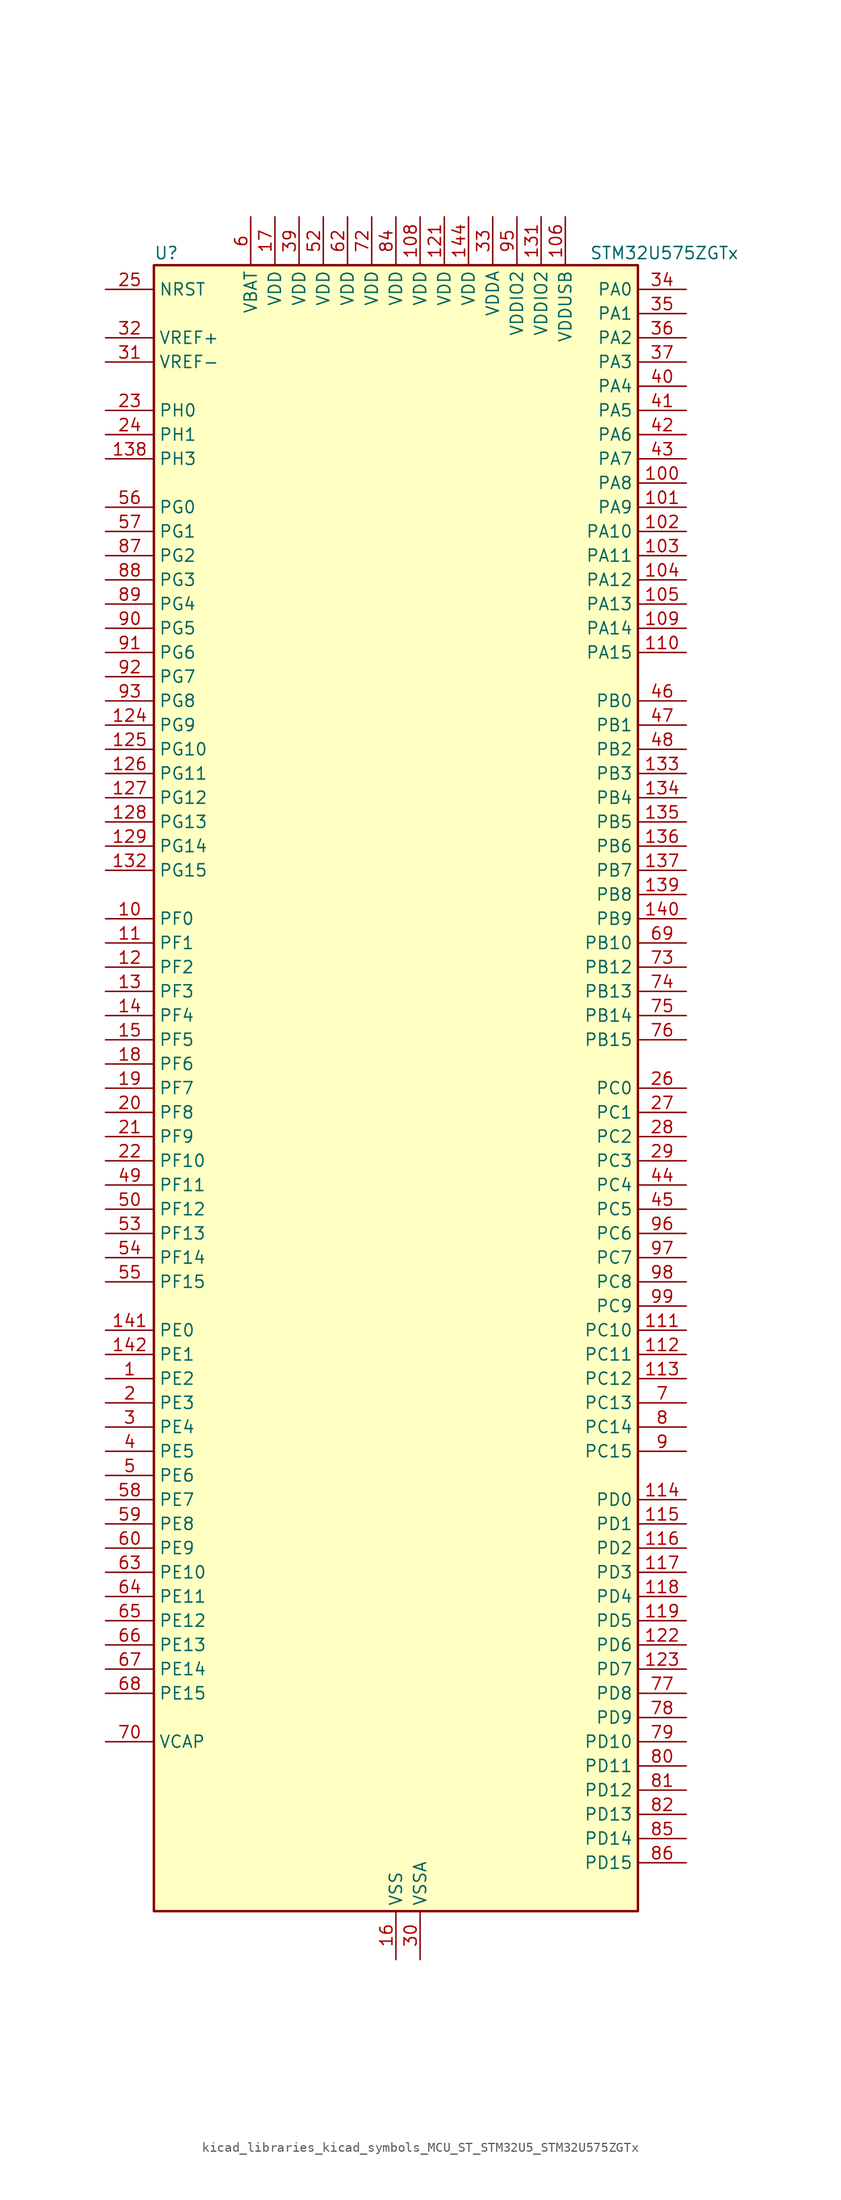
<source format=kicad_sym>
(kicad_symbol_lib
  (version 20220914)
  (generator kicad_symbol_editor)
  (symbol "kicad_libraries_kicad_symbols_MCU_ST_STM32U5_STM32U575ZGTx"
    (property "Reference" "U"
      (at -25.4 87.63 0)
      (effects (font (size 1.27 1.27)) (justify left)))
    (property "Value" "STM32U575ZGTx"
      (at 20.32 87.63 0)
      (effects (font (size 1.27 1.27)) (justify left)))
    (property "ki_locked" ""
      (at 0 0 0)
      (effects (font (size 1.27 1.27))))
    (symbol "kicad_libraries_kicad_symbols_MCU_ST_STM32U5_STM32U575ZGTx_0_1"
      (rectangle (start -25.4 -86.36) (end 25.4 86.36) (stroke (width 0.254) (type default)) (fill (type background))))
    (symbol "kicad_libraries_kicad_symbols_MCU_ST_STM32U5_STM32U575ZGTx_1_1"
      (pin bidirectional line (at -30.48 -30.48 0) (length 5.08) (name "PE2" (effects (font (size 1.27 1.27)))) (number "1" (effects (font (size 1.27 1.27)))) (alternate "DEBUG_TRACECLK" bidirectional line) (alternate "FMC_A23" bidirectional line) (alternate "SAI1_CK1" bidirectional line) (alternate "SAI1_MCLK_A" bidirectional line) (alternate "TIM3_ETR" bidirectional line) (alternate "TSC_G7_IO1" bidirectional line))
      (pin bidirectional line (at -30.48 17.78 0) (length 5.08) (name "PF0" (effects (font (size 1.27 1.27)))) (number "10" (effects (font (size 1.27 1.27)))) (alternate "FMC_A0" bidirectional line) (alternate "I2C2_SDA" bidirectional line) (alternate "OCTOSPIM_P2_IO0" bidirectional line))
      (pin bidirectional line (at 30.48 63.5 180) (length 5.08) (name "PA8" (effects (font (size 1.27 1.27)))) (number "100" (effects (font (size 1.27 1.27)))) (alternate "DEBUG_TRACECLK" bidirectional line) (alternate "LPTIM2_CH1" bidirectional line) (alternate "RCC_MCO" bidirectional line) (alternate "SAI1_CK2" bidirectional line) (alternate "SAI1_SCK_A" bidirectional line) (alternate "SPI1_RDY" bidirectional line) (alternate "TIM1_CH1" bidirectional line) (alternate "USART1_CK" bidirectional line) (alternate "USB_OTG_FS_SOF" bidirectional line))
      (pin bidirectional line (at 30.48 60.96 180) (length 5.08) (name "PA9" (effects (font (size 1.27 1.27)))) (number "101" (effects (font (size 1.27 1.27)))) (alternate "DAC1_EXTI9" bidirectional line) (alternate "DCMI_D0" bidirectional line) (alternate "PSSI_D0" bidirectional line) (alternate "SAI1_FS_A" bidirectional line) (alternate "SPI2_SCK" bidirectional line) (alternate "TIM15_BKIN" bidirectional line) (alternate "TIM1_CH2" bidirectional line) (alternate "USART1_TX" bidirectional line) (alternate "USB_OTG_FS_VBUS" bidirectional line))
      (pin bidirectional line (at 30.48 58.42 180) (length 5.08) (name "PA10" (effects (font (size 1.27 1.27)))) (number "102" (effects (font (size 1.27 1.27)))) (alternate "CRS_SYNC" bidirectional line) (alternate "DCMI_D1" bidirectional line) (alternate "LPTIM2_IN2" bidirectional line) (alternate "PSSI_D1" bidirectional line) (alternate "SAI1_D1" bidirectional line) (alternate "SAI1_SD_A" bidirectional line) (alternate "TIM17_BKIN" bidirectional line) (alternate "TIM1_CH3" bidirectional line) (alternate "USART1_RX" bidirectional line) (alternate "USB_OTG_FS_ID" bidirectional line))
      (pin bidirectional line (at 30.48 55.88 180) (length 5.08) (name "PA11" (effects (font (size 1.27 1.27)))) (number "103" (effects (font (size 1.27 1.27)))) (alternate "ADC1_EXTI11" bidirectional line) (alternate "FDCAN1_RX" bidirectional line) (alternate "SPI1_MISO" bidirectional line) (alternate "TIM1_BKIN2" bidirectional line) (alternate "TIM1_CH4" bidirectional line) (alternate "USART1_CTS" bidirectional line) (alternate "USB_OTG_FS_DM" bidirectional line))
      (pin bidirectional line (at 30.48 53.34 180) (length 5.08) (name "PA12" (effects (font (size 1.27 1.27)))) (number "104" (effects (font (size 1.27 1.27)))) (alternate "FDCAN1_TX" bidirectional line) (alternate "OCTOSPIM_P2_NCS" bidirectional line) (alternate "SPI1_MOSI" bidirectional line) (alternate "TIM1_ETR" bidirectional line) (alternate "USART1_DE" bidirectional line) (alternate "USART1_RTS" bidirectional line) (alternate "USB_OTG_FS_DP" bidirectional line))
      (pin bidirectional line (at 30.48 50.8 180) (length 5.08) (name "PA13" (effects (font (size 1.27 1.27)))) (number "105" (effects (font (size 1.27 1.27)))) (alternate "DEBUG_JTMS-SWDIO" bidirectional line) (alternate "IR_OUT" bidirectional line) (alternate "SAI1_SD_B" bidirectional line) (alternate "USB_OTG_FS_NOE" bidirectional line))
      (pin power_in line (at 17.78 91.44 270) (length 5.08) (name "VDDUSB" (effects (font (size 1.27 1.27)))) (number "106" (effects (font (size 1.27 1.27)))))
      (pin passive line (at 0 -91.44 90) (length 5.08) hide (name "VSS" (effects (font (size 1.27 1.27)))) (number "107" (effects (font (size 1.27 1.27)))))
      (pin power_in line (at 2.54 91.44 270) (length 5.08) (name "VDD" (effects (font (size 1.27 1.27)))) (number "108" (effects (font (size 1.27 1.27)))))
      (pin bidirectional line (at 30.48 48.26 180) (length 5.08) (name "PA14" (effects (font (size 1.27 1.27)))) (number "109" (effects (font (size 1.27 1.27)))) (alternate "DEBUG_JTCK-SWCLK" bidirectional line) (alternate "I2C1_SMBA" bidirectional line) (alternate "I2C4_SMBA" bidirectional line) (alternate "LPTIM1_CH1" bidirectional line) (alternate "SAI1_FS_B" bidirectional line) (alternate "USB_OTG_FS_SOF" bidirectional line))
      (pin bidirectional line (at -30.48 15.24 0) (length 5.08) (name "PF1" (effects (font (size 1.27 1.27)))) (number "11" (effects (font (size 1.27 1.27)))) (alternate "FMC_A1" bidirectional line) (alternate "I2C2_SCL" bidirectional line) (alternate "OCTOSPIM_P2_IO1" bidirectional line))
      (pin bidirectional line (at 30.48 45.72 180) (length 5.08) (name "PA15" (effects (font (size 1.27 1.27)))) (number "110" (effects (font (size 1.27 1.27)))) (alternate "ADC1_EXTI15" bidirectional line) (alternate "ADC4_EXTI15" bidirectional line) (alternate "DEBUG_JTDI" bidirectional line) (alternate "SAI2_FS_B" bidirectional line) (alternate "SPI1_NSS" bidirectional line) (alternate "SPI3_NSS" bidirectional line) (alternate "TIM2_CH1" bidirectional line) (alternate "TIM2_ETR" bidirectional line) (alternate "UART4_DE" bidirectional line) (alternate "UART4_RTS" bidirectional line) (alternate "UCPD1_CC1" bidirectional line) (alternate "USART2_RX" bidirectional line) (alternate "USART3_DE" bidirectional line) (alternate "USART3_RTS" bidirectional line))
      (pin bidirectional line (at 30.48 -25.4 180) (length 5.08) (name "PC10" (effects (font (size 1.27 1.27)))) (number "111" (effects (font (size 1.27 1.27)))) (alternate "ADF1_CCK1" bidirectional line) (alternate "DCMI_D8" bidirectional line) (alternate "DEBUG_TRACED1" bidirectional line) (alternate "LPTIM3_ETR" bidirectional line) (alternate "PSSI_D8" bidirectional line) (alternate "SAI2_SCK_B" bidirectional line) (alternate "SDMMC1_D2" bidirectional line) (alternate "SPI3_SCK" bidirectional line) (alternate "TSC_G3_IO2" bidirectional line) (alternate "UART4_TX" bidirectional line) (alternate "USART3_TX" bidirectional line))
      (pin bidirectional line (at 30.48 -27.94 180) (length 5.08) (name "PC11" (effects (font (size 1.27 1.27)))) (number "112" (effects (font (size 1.27 1.27)))) (alternate "ADC1_EXTI11" bidirectional line) (alternate "ADF1_SDI0" bidirectional line) (alternate "DCMI_D2" bidirectional line) (alternate "DCMI_D4" bidirectional line) (alternate "LPTIM3_IN1" bidirectional line) (alternate "OCTOSPIM_P1_NCS" bidirectional line) (alternate "PSSI_D2" bidirectional line) (alternate "PSSI_D4" bidirectional line) (alternate "SAI2_MCLK_B" bidirectional line) (alternate "SDMMC1_D3" bidirectional line) (alternate "SPI3_MISO" bidirectional line) (alternate "TSC_G3_IO3" bidirectional line) (alternate "UART4_RX" bidirectional line) (alternate "UCPD1_FRSTX2" bidirectional line) (alternate "USART3_RX" bidirectional line))
      (pin bidirectional line (at 30.48 -30.48 180) (length 5.08) (name "PC12" (effects (font (size 1.27 1.27)))) (number "113" (effects (font (size 1.27 1.27)))) (alternate "DCMI_D9" bidirectional line) (alternate "DEBUG_TRACED3" bidirectional line) (alternate "PSSI_D9" bidirectional line) (alternate "SAI2_SD_B" bidirectional line) (alternate "SDMMC1_CK" bidirectional line) (alternate "SPI3_MOSI" bidirectional line) (alternate "TSC_G3_IO4" bidirectional line) (alternate "UART5_TX" bidirectional line) (alternate "USART3_CK" bidirectional line))
      (pin bidirectional line (at 30.48 -43.18 180) (length 5.08) (name "PD0" (effects (font (size 1.27 1.27)))) (number "114" (effects (font (size 1.27 1.27)))) (alternate "FDCAN1_RX" bidirectional line) (alternate "FMC_D2" bidirectional line) (alternate "FMC_DA2" bidirectional line) (alternate "SPI2_NSS" bidirectional line) (alternate "TIM8_CH4N" bidirectional line))
      (pin bidirectional line (at 30.48 -45.72 180) (length 5.08) (name "PD1" (effects (font (size 1.27 1.27)))) (number "115" (effects (font (size 1.27 1.27)))) (alternate "FDCAN1_TX" bidirectional line) (alternate "FMC_D3" bidirectional line) (alternate "FMC_DA3" bidirectional line) (alternate "SPI2_SCK" bidirectional line))
      (pin bidirectional line (at 30.48 -48.26 180) (length 5.08) (name "PD2" (effects (font (size 1.27 1.27)))) (number "116" (effects (font (size 1.27 1.27)))) (alternate "DCMI_D11" bidirectional line) (alternate "DEBUG_TRACED2" bidirectional line) (alternate "LPTIM4_ETR" bidirectional line) (alternate "PSSI_D11" bidirectional line) (alternate "SDMMC1_CMD" bidirectional line) (alternate "TIM3_ETR" bidirectional line) (alternate "TSC_SYNC" bidirectional line) (alternate "UART5_RX" bidirectional line) (alternate "USART3_DE" bidirectional line) (alternate "USART3_RTS" bidirectional line))
      (pin bidirectional line (at 30.48 -50.8 180) (length 5.08) (name "PD3" (effects (font (size 1.27 1.27)))) (number "117" (effects (font (size 1.27 1.27)))) (alternate "DCMI_D5" bidirectional line) (alternate "FMC_CLK" bidirectional line) (alternate "MDF1_SDI0" bidirectional line) (alternate "OCTOSPIM_P2_NCS" bidirectional line) (alternate "PSSI_D5" bidirectional line) (alternate "SPI2_MISO" bidirectional line) (alternate "SPI2_SCK" bidirectional line) (alternate "USART2_CTS" bidirectional line))
      (pin bidirectional line (at 30.48 -53.34 180) (length 5.08) (name "PD4" (effects (font (size 1.27 1.27)))) (number "118" (effects (font (size 1.27 1.27)))) (alternate "FMC_NOE" bidirectional line) (alternate "MDF1_CKI0" bidirectional line) (alternate "OCTOSPIM_P1_IO4" bidirectional line) (alternate "SPI2_MOSI" bidirectional line) (alternate "USART2_DE" bidirectional line) (alternate "USART2_RTS" bidirectional line))
      (pin bidirectional line (at 30.48 -55.88 180) (length 5.08) (name "PD5" (effects (font (size 1.27 1.27)))) (number "119" (effects (font (size 1.27 1.27)))) (alternate "FMC_NWE" bidirectional line) (alternate "OCTOSPIM_P1_IO5" bidirectional line) (alternate "SPI2_RDY" bidirectional line) (alternate "USART2_TX" bidirectional line))
      (pin bidirectional line (at -30.48 12.7 0) (length 5.08) (name "PF2" (effects (font (size 1.27 1.27)))) (number "12" (effects (font (size 1.27 1.27)))) (alternate "FMC_A2" bidirectional line) (alternate "I2C2_SMBA" bidirectional line) (alternate "LPTIM3_CH2" bidirectional line) (alternate "OCTOSPIM_P2_IO2" bidirectional line) (alternate "PWR_WKUP8" bidirectional line))
      (pin passive line (at 0 -91.44 90) (length 5.08) hide (name "VSS" (effects (font (size 1.27 1.27)))) (number "120" (effects (font (size 1.27 1.27)))))
      (pin power_in line (at 5.08 91.44 270) (length 5.08) (name "VDD" (effects (font (size 1.27 1.27)))) (number "121" (effects (font (size 1.27 1.27)))))
      (pin bidirectional line (at 30.48 -58.42 180) (length 5.08) (name "PD6" (effects (font (size 1.27 1.27)))) (number "122" (effects (font (size 1.27 1.27)))) (alternate "DCMI_D10" bidirectional line) (alternate "FMC_NWAIT" bidirectional line) (alternate "MDF1_SDI1" bidirectional line) (alternate "OCTOSPIM_P1_IO6" bidirectional line) (alternate "PSSI_D10" bidirectional line) (alternate "SAI1_D1" bidirectional line) (alternate "SAI1_SD_A" bidirectional line) (alternate "SDMMC2_CK" bidirectional line) (alternate "SPI3_MOSI" bidirectional line) (alternate "USART2_RX" bidirectional line))
      (pin bidirectional line (at 30.48 -60.96 180) (length 5.08) (name "PD7" (effects (font (size 1.27 1.27)))) (number "123" (effects (font (size 1.27 1.27)))) (alternate "FMC_NCE" bidirectional line) (alternate "FMC_NE1" bidirectional line) (alternate "LPTIM4_OUT" bidirectional line) (alternate "MDF1_CKI1" bidirectional line) (alternate "OCTOSPIM_P1_IO7" bidirectional line) (alternate "SDMMC2_CMD" bidirectional line) (alternate "USART2_CK" bidirectional line))
      (pin bidirectional line (at -30.48 38.1 0) (length 5.08) (name "PG9" (effects (font (size 1.27 1.27)))) (number "124" (effects (font (size 1.27 1.27)))) (alternate "DAC1_EXTI9" bidirectional line) (alternate "FMC_NCE" bidirectional line) (alternate "FMC_NE2" bidirectional line) (alternate "OCTOSPIM_P2_IO6" bidirectional line) (alternate "SAI2_SCK_A" bidirectional line) (alternate "SPI3_SCK" bidirectional line) (alternate "TIM15_CH1N" bidirectional line) (alternate "USART1_TX" bidirectional line))
      (pin bidirectional line (at -30.48 35.56 0) (length 5.08) (name "PG10" (effects (font (size 1.27 1.27)))) (number "125" (effects (font (size 1.27 1.27)))) (alternate "FMC_NE3" bidirectional line) (alternate "LPTIM1_IN1" bidirectional line) (alternate "OCTOSPIM_P2_IO7" bidirectional line) (alternate "SAI2_FS_A" bidirectional line) (alternate "SPI3_MISO" bidirectional line) (alternate "TIM15_CH1" bidirectional line) (alternate "USART1_RX" bidirectional line))
      (pin bidirectional line (at -30.48 33.02 0) (length 5.08) (name "PG11" (effects (font (size 1.27 1.27)))) (number "126" (effects (font (size 1.27 1.27)))) (alternate "ADC1_EXTI11" bidirectional line) (alternate "LPTIM1_IN2" bidirectional line) (alternate "OCTOSPIM_P1_IO5" bidirectional line) (alternate "SAI2_MCLK_A" bidirectional line) (alternate "SPI3_MOSI" bidirectional line) (alternate "TIM15_CH2" bidirectional line) (alternate "USART1_CTS" bidirectional line))
      (pin bidirectional line (at -30.48 30.48 0) (length 5.08) (name "PG12" (effects (font (size 1.27 1.27)))) (number "127" (effects (font (size 1.27 1.27)))) (alternate "FMC_NE4" bidirectional line) (alternate "LPTIM1_ETR" bidirectional line) (alternate "OCTOSPIM_P2_NCS" bidirectional line) (alternate "SAI2_SD_A" bidirectional line) (alternate "SPI3_NSS" bidirectional line) (alternate "USART1_DE" bidirectional line) (alternate "USART1_RTS" bidirectional line))
      (pin bidirectional line (at -30.48 27.94 0) (length 5.08) (name "PG13" (effects (font (size 1.27 1.27)))) (number "128" (effects (font (size 1.27 1.27)))) (alternate "FMC_A24" bidirectional line) (alternate "I2C1_SDA" bidirectional line) (alternate "SPI3_RDY" bidirectional line) (alternate "USART1_CK" bidirectional line))
      (pin bidirectional line (at -30.48 25.4 0) (length 5.08) (name "PG14" (effects (font (size 1.27 1.27)))) (number "129" (effects (font (size 1.27 1.27)))) (alternate "FMC_A25" bidirectional line) (alternate "I2C1_SCL" bidirectional line) (alternate "LPTIM1_CH2" bidirectional line))
      (pin bidirectional line (at -30.48 10.16 0) (length 5.08) (name "PF3" (effects (font (size 1.27 1.27)))) (number "13" (effects (font (size 1.27 1.27)))) (alternate "FMC_A3" bidirectional line) (alternate "LPTIM3_IN1" bidirectional line) (alternate "OCTOSPIM_P2_IO3" bidirectional line))
      (pin passive line (at 0 -91.44 90) (length 5.08) hide (name "VSS" (effects (font (size 1.27 1.27)))) (number "130" (effects (font (size 1.27 1.27)))))
      (pin power_in line (at 15.24 91.44 270) (length 5.08) (name "VDDIO2" (effects (font (size 1.27 1.27)))) (number "131" (effects (font (size 1.27 1.27)))))
      (pin bidirectional line (at -30.48 22.86 0) (length 5.08) (name "PG15" (effects (font (size 1.27 1.27)))) (number "132" (effects (font (size 1.27 1.27)))) (alternate "ADC1_EXTI15" bidirectional line) (alternate "ADC4_EXTI15" bidirectional line) (alternate "DCMI_D13" bidirectional line) (alternate "I2C1_SMBA" bidirectional line) (alternate "LPTIM1_CH1" bidirectional line) (alternate "OCTOSPIM_P2_DQS" bidirectional line) (alternate "PSSI_D13" bidirectional line))
      (pin bidirectional line (at 30.48 33.02 180) (length 5.08) (name "PB3" (effects (font (size 1.27 1.27)))) (number "133" (effects (font (size 1.27 1.27)))) (alternate "ADF1_CCK0" bidirectional line) (alternate "COMP2_INM" bidirectional line) (alternate "CRS_SYNC" bidirectional line) (alternate "DEBUG_JTDO-SWO" bidirectional line) (alternate "I2C1_SDA" bidirectional line) (alternate "LPTIM1_CH1" bidirectional line) (alternate "SAI1_SCK_B" bidirectional line) (alternate "SDMMC2_D2" bidirectional line) (alternate "SPI1_SCK" bidirectional line) (alternate "SPI3_SCK" bidirectional line) (alternate "TIM2_CH2" bidirectional line) (alternate "USART1_DE" bidirectional line) (alternate "USART1_RTS" bidirectional line))
      (pin bidirectional line (at 30.48 30.48 180) (length 5.08) (name "PB4" (effects (font (size 1.27 1.27)))) (number "134" (effects (font (size 1.27 1.27)))) (alternate "ADF1_SDI0" bidirectional line) (alternate "COMP2_INP" bidirectional line) (alternate "DCMI_D12" bidirectional line) (alternate "DEBUG_JTRST" bidirectional line) (alternate "I2C3_SDA" bidirectional line) (alternate "LPTIM1_CH2" bidirectional line) (alternate "PSSI_D12" bidirectional line) (alternate "SAI1_MCLK_B" bidirectional line) (alternate "SDMMC2_D3" bidirectional line) (alternate "SPI1_MISO" bidirectional line) (alternate "SPI3_MISO" bidirectional line) (alternate "TIM17_BKIN" bidirectional line) (alternate "TIM3_CH1" bidirectional line) (alternate "TSC_G2_IO1" bidirectional line) (alternate "UART5_DE" bidirectional line) (alternate "UART5_RTS" bidirectional line) (alternate "USART1_CTS" bidirectional line))
      (pin bidirectional line (at 30.48 27.94 180) (length 5.08) (name "PB5" (effects (font (size 1.27 1.27)))) (number "135" (effects (font (size 1.27 1.27)))) (alternate "COMP2_OUT" bidirectional line) (alternate "DCMI_D10" bidirectional line) (alternate "I2C1_SMBA" bidirectional line) (alternate "LPTIM1_IN1" bidirectional line) (alternate "OCTOSPIM_P1_NCLK" bidirectional line) (alternate "PSSI_D10" bidirectional line) (alternate "PWR_WKUP6" bidirectional line) (alternate "SAI1_SD_B" bidirectional line) (alternate "SPI1_MOSI" bidirectional line) (alternate "SPI3_MOSI" bidirectional line) (alternate "TIM16_BKIN" bidirectional line) (alternate "TIM3_CH2" bidirectional line) (alternate "TSC_G2_IO2" bidirectional line) (alternate "UART5_CTS" bidirectional line) (alternate "UCPD1_DBCC1" bidirectional line) (alternate "USART1_CK" bidirectional line))
      (pin bidirectional line (at 30.48 25.4 180) (length 5.08) (name "PB6" (effects (font (size 1.27 1.27)))) (number "136" (effects (font (size 1.27 1.27)))) (alternate "COMP2_INP" bidirectional line) (alternate "DCMI_D5" bidirectional line) (alternate "I2C1_SCL" bidirectional line) (alternate "I2C4_SCL" bidirectional line) (alternate "LPTIM1_ETR" bidirectional line) (alternate "MDF1_SDI5" bidirectional line) (alternate "PSSI_D5" bidirectional line) (alternate "PWR_WKUP3" bidirectional line) (alternate "SAI1_FS_B" bidirectional line) (alternate "TIM16_CH1N" bidirectional line) (alternate "TIM4_CH1" bidirectional line) (alternate "TIM8_BKIN2" bidirectional line) (alternate "TSC_G2_IO3" bidirectional line) (alternate "USART1_TX" bidirectional line))
      (pin bidirectional line (at 30.48 22.86 180) (length 5.08) (name "PB7" (effects (font (size 1.27 1.27)))) (number "137" (effects (font (size 1.27 1.27)))) (alternate "COMP2_INM" bidirectional line) (alternate "DCMI_VSYNC" bidirectional line) (alternate "FMC_NL" bidirectional line) (alternate "I2C1_SDA" bidirectional line) (alternate "I2C4_SDA" bidirectional line) (alternate "LPTIM1_IN2" bidirectional line) (alternate "MDF1_CKI5" bidirectional line) (alternate "PSSI_RDY" bidirectional line) (alternate "PWR_PVD_IN" bidirectional line) (alternate "PWR_WKUP4" bidirectional line) (alternate "TIM17_CH1N" bidirectional line) (alternate "TIM4_CH2" bidirectional line) (alternate "TIM8_BKIN" bidirectional line) (alternate "TSC_G2_IO4" bidirectional line) (alternate "UART4_CTS" bidirectional line) (alternate "USART1_RX" bidirectional line))
      (pin bidirectional line (at -30.48 66.04 0) (length 5.08) (name "PH3" (effects (font (size 1.27 1.27)))) (number "138" (effects (font (size 1.27 1.27)))))
      (pin bidirectional line (at 30.48 20.32 180) (length 5.08) (name "PB8" (effects (font (size 1.27 1.27)))) (number "139" (effects (font (size 1.27 1.27)))) (alternate "DCMI_D6" bidirectional line) (alternate "FDCAN1_RX" bidirectional line) (alternate "I2C1_SCL" bidirectional line) (alternate "MDF1_CCK0" bidirectional line) (alternate "PSSI_D6" bidirectional line) (alternate "PWR_WKUP5" bidirectional line) (alternate "SAI1_CK1" bidirectional line) (alternate "SAI1_MCLK_A" bidirectional line) (alternate "SDMMC1_CKIN" bidirectional line) (alternate "SDMMC1_D4" bidirectional line) (alternate "SDMMC2_D4" bidirectional line) (alternate "SPI3_RDY" bidirectional line) (alternate "TIM16_CH1" bidirectional line) (alternate "TIM4_CH3" bidirectional line))
      (pin bidirectional line (at -30.48 7.62 0) (length 5.08) (name "PF4" (effects (font (size 1.27 1.27)))) (number "14" (effects (font (size 1.27 1.27)))) (alternate "FMC_A4" bidirectional line) (alternate "LPTIM3_ETR" bidirectional line) (alternate "OCTOSPIM_P2_CLK" bidirectional line))
      (pin bidirectional line (at 30.48 17.78 180) (length 5.08) (name "PB9" (effects (font (size 1.27 1.27)))) (number "140" (effects (font (size 1.27 1.27)))) (alternate "DAC1_EXTI9" bidirectional line) (alternate "DCMI_D7" bidirectional line) (alternate "FDCAN1_TX" bidirectional line) (alternate "I2C1_SDA" bidirectional line) (alternate "IR_OUT" bidirectional line) (alternate "PSSI_D7" bidirectional line) (alternate "SAI1_D2" bidirectional line) (alternate "SAI1_FS_A" bidirectional line) (alternate "SDMMC1_CDIR" bidirectional line) (alternate "SDMMC1_D5" bidirectional line) (alternate "SDMMC2_D5" bidirectional line) (alternate "SPI2_NSS" bidirectional line) (alternate "TIM17_CH1" bidirectional line) (alternate "TIM4_CH4" bidirectional line))
      (pin bidirectional line (at -30.48 -25.4 0) (length 5.08) (name "PE0" (effects (font (size 1.27 1.27)))) (number "141" (effects (font (size 1.27 1.27)))) (alternate "DCMI_D2" bidirectional line) (alternate "FMC_NBL0" bidirectional line) (alternate "PSSI_D2" bidirectional line) (alternate "TIM16_CH1" bidirectional line) (alternate "TIM4_ETR" bidirectional line))
      (pin bidirectional line (at -30.48 -27.94 0) (length 5.08) (name "PE1" (effects (font (size 1.27 1.27)))) (number "142" (effects (font (size 1.27 1.27)))) (alternate "DCMI_D3" bidirectional line) (alternate "FMC_NBL1" bidirectional line) (alternate "PSSI_D3" bidirectional line) (alternate "TIM17_CH1" bidirectional line))
      (pin passive line (at 0 -91.44 90) (length 5.08) hide (name "VSS" (effects (font (size 1.27 1.27)))) (number "143" (effects (font (size 1.27 1.27)))))
      (pin power_in line (at 7.62 91.44 270) (length 5.08) (name "VDD" (effects (font (size 1.27 1.27)))) (number "144" (effects (font (size 1.27 1.27)))))
      (pin bidirectional line (at -30.48 5.08 0) (length 5.08) (name "PF5" (effects (font (size 1.27 1.27)))) (number "15" (effects (font (size 1.27 1.27)))) (alternate "FMC_A5" bidirectional line) (alternate "LPTIM3_CH1" bidirectional line) (alternate "OCTOSPIM_P2_NCLK" bidirectional line))
      (pin power_in line (at 0 -91.44 90) (length 5.08) (name "VSS" (effects (font (size 1.27 1.27)))) (number "16" (effects (font (size 1.27 1.27)))))
      (pin power_in line (at -12.7 91.44 270) (length 5.08) (name "VDD" (effects (font (size 1.27 1.27)))) (number "17" (effects (font (size 1.27 1.27)))))
      (pin bidirectional line (at -30.48 2.54 0) (length 5.08) (name "PF6" (effects (font (size 1.27 1.27)))) (number "18" (effects (font (size 1.27 1.27)))) (alternate "DCMI_D12" bidirectional line) (alternate "OCTOSPIM_P1_IO3" bidirectional line) (alternate "OCTOSPIM_P2_NCS" bidirectional line) (alternate "PSSI_D12" bidirectional line) (alternate "SAI1_SD_B" bidirectional line) (alternate "TIM5_CH1" bidirectional line) (alternate "TIM5_ETR" bidirectional line))
      (pin bidirectional line (at -30.48 0 0) (length 5.08) (name "PF7" (effects (font (size 1.27 1.27)))) (number "19" (effects (font (size 1.27 1.27)))) (alternate "FDCAN1_RX" bidirectional line) (alternate "OCTOSPIM_P1_IO2" bidirectional line) (alternate "SAI1_MCLK_B" bidirectional line) (alternate "TIM5_CH2" bidirectional line))
      (pin bidirectional line (at -30.48 -33.02 0) (length 5.08) (name "PE3" (effects (font (size 1.27 1.27)))) (number "2" (effects (font (size 1.27 1.27)))) (alternate "DEBUG_TRACED0" bidirectional line) (alternate "FMC_A19" bidirectional line) (alternate "OCTOSPIM_P1_DQS" bidirectional line) (alternate "SAI1_SD_B" bidirectional line) (alternate "TAMP_IN6" bidirectional line) (alternate "TAMP_OUT3" bidirectional line) (alternate "TIM3_CH1" bidirectional line) (alternate "TSC_G7_IO2" bidirectional line))
      (pin bidirectional line (at -30.48 -2.54 0) (length 5.08) (name "PF8" (effects (font (size 1.27 1.27)))) (number "20" (effects (font (size 1.27 1.27)))) (alternate "FDCAN1_TX" bidirectional line) (alternate "OCTOSPIM_P1_IO0" bidirectional line) (alternate "PSSI_D14" bidirectional line) (alternate "SAI1_SCK_B" bidirectional line) (alternate "TIM5_CH3" bidirectional line))
      (pin bidirectional line (at -30.48 -5.08 0) (length 5.08) (name "PF9" (effects (font (size 1.27 1.27)))) (number "21" (effects (font (size 1.27 1.27)))) (alternate "DAC1_EXTI9" bidirectional line) (alternate "OCTOSPIM_P1_IO1" bidirectional line) (alternate "PSSI_D15" bidirectional line) (alternate "SAI1_FS_B" bidirectional line) (alternate "TIM15_CH1" bidirectional line) (alternate "TIM5_CH4" bidirectional line))
      (pin bidirectional line (at -30.48 -7.62 0) (length 5.08) (name "PF10" (effects (font (size 1.27 1.27)))) (number "22" (effects (font (size 1.27 1.27)))) (alternate "DCMI_D11" bidirectional line) (alternate "MDF1_CCK1" bidirectional line) (alternate "OCTOSPIM_P1_CLK" bidirectional line) (alternate "PSSI_D11" bidirectional line) (alternate "PSSI_D15" bidirectional line) (alternate "SAI1_D3" bidirectional line) (alternate "TIM15_CH2" bidirectional line))
      (pin bidirectional line (at -30.48 71.12 0) (length 5.08) (name "PH0" (effects (font (size 1.27 1.27)))) (number "23" (effects (font (size 1.27 1.27)))) (alternate "RCC_OSC_IN" bidirectional line))
      (pin bidirectional line (at -30.48 68.58 0) (length 5.08) (name "PH1" (effects (font (size 1.27 1.27)))) (number "24" (effects (font (size 1.27 1.27)))) (alternate "RCC_OSC_OUT" bidirectional line))
      (pin input line (at -30.48 83.82 0) (length 5.08) (name "NRST" (effects (font (size 1.27 1.27)))) (number "25" (effects (font (size 1.27 1.27)))))
      (pin bidirectional line (at 30.48 0 180) (length 5.08) (name "PC0" (effects (font (size 1.27 1.27)))) (number "26" (effects (font (size 1.27 1.27)))) (alternate "ADC1_IN1" bidirectional line) (alternate "ADC4_IN1" bidirectional line) (alternate "I2C3_SCL" bidirectional line) (alternate "LPTIM1_IN1" bidirectional line) (alternate "LPTIM2_IN1" bidirectional line) (alternate "LPUART1_RX" bidirectional line) (alternate "MDF1_SDI4" bidirectional line) (alternate "OCTOSPIM_P1_IO7" bidirectional line) (alternate "SAI2_FS_A" bidirectional line) (alternate "SDMMC1_D5" bidirectional line) (alternate "SPI2_RDY" bidirectional line))
      (pin bidirectional line (at 30.48 -2.54 180) (length 5.08) (name "PC1" (effects (font (size 1.27 1.27)))) (number "27" (effects (font (size 1.27 1.27)))) (alternate "ADC1_IN2" bidirectional line) (alternate "ADC4_IN2" bidirectional line) (alternate "DEBUG_TRACED0" bidirectional line) (alternate "I2C3_SDA" bidirectional line) (alternate "LPTIM1_CH1" bidirectional line) (alternate "LPUART1_TX" bidirectional line) (alternate "MDF1_CKI4" bidirectional line) (alternate "OCTOSPIM_P1_IO4" bidirectional line) (alternate "SAI1_SD_A" bidirectional line) (alternate "SDMMC2_CK" bidirectional line) (alternate "SPI2_MOSI" bidirectional line))
      (pin bidirectional line (at 30.48 -5.08 180) (length 5.08) (name "PC2" (effects (font (size 1.27 1.27)))) (number "28" (effects (font (size 1.27 1.27)))) (alternate "ADC1_IN3" bidirectional line) (alternate "ADC4_IN3" bidirectional line) (alternate "LPTIM1_IN2" bidirectional line) (alternate "MDF1_CCK1" bidirectional line) (alternate "OCTOSPIM_P1_IO5" bidirectional line) (alternate "SPI2_MISO" bidirectional line))
      (pin bidirectional line (at 30.48 -7.62 180) (length 5.08) (name "PC3" (effects (font (size 1.27 1.27)))) (number "29" (effects (font (size 1.27 1.27)))) (alternate "ADC1_IN4" bidirectional line) (alternate "ADC4_IN4" bidirectional line) (alternate "LPTIM1_ETR" bidirectional line) (alternate "LPTIM2_ETR" bidirectional line) (alternate "LPTIM3_CH1" bidirectional line) (alternate "OCTOSPIM_P1_IO6" bidirectional line) (alternate "SAI1_D1" bidirectional line) (alternate "SAI1_SD_A" bidirectional line) (alternate "SPI2_MOSI" bidirectional line))
      (pin bidirectional line (at -30.48 -35.56 0) (length 5.08) (name "PE4" (effects (font (size 1.27 1.27)))) (number "3" (effects (font (size 1.27 1.27)))) (alternate "DCMI_D4" bidirectional line) (alternate "DEBUG_TRACED1" bidirectional line) (alternate "FMC_A20" bidirectional line) (alternate "MDF1_SDI3" bidirectional line) (alternate "PSSI_D4" bidirectional line) (alternate "PWR_WKUP1" bidirectional line) (alternate "SAI1_D2" bidirectional line) (alternate "SAI1_FS_A" bidirectional line) (alternate "TAMP_IN7" bidirectional line) (alternate "TAMP_OUT8" bidirectional line) (alternate "TIM3_CH2" bidirectional line) (alternate "TSC_G7_IO3" bidirectional line))
      (pin power_in line (at 2.54 -91.44 90) (length 5.08) (name "VSSA" (effects (font (size 1.27 1.27)))) (number "30" (effects (font (size 1.27 1.27)))))
      (pin input line (at -30.48 76.2 0) (length 5.08) (name "VREF-" (effects (font (size 1.27 1.27)))) (number "31" (effects (font (size 1.27 1.27)))))
      (pin input line (at -30.48 78.74 0) (length 5.08) (name "VREF+" (effects (font (size 1.27 1.27)))) (number "32" (effects (font (size 1.27 1.27)))) (alternate "VREFBUF_OUT" bidirectional line))
      (pin power_in line (at 10.16 91.44 270) (length 5.08) (name "VDDA" (effects (font (size 1.27 1.27)))) (number "33" (effects (font (size 1.27 1.27)))))
      (pin bidirectional line (at 30.48 83.82 180) (length 5.08) (name "PA0" (effects (font (size 1.27 1.27)))) (number "34" (effects (font (size 1.27 1.27)))) (alternate "ADC1_IN5" bidirectional line) (alternate "AUDIOCLK" bidirectional line) (alternate "OCTOSPIM_P2_NCS" bidirectional line) (alternate "OPAMP1_VINP" bidirectional line) (alternate "PWR_WKUP1" bidirectional line) (alternate "SDMMC2_CMD" bidirectional line) (alternate "SPI3_RDY" bidirectional line) (alternate "TAMP_IN2" bidirectional line) (alternate "TAMP_OUT1" bidirectional line) (alternate "TIM2_CH1" bidirectional line) (alternate "TIM2_ETR" bidirectional line) (alternate "TIM5_CH1" bidirectional line) (alternate "TIM8_ETR" bidirectional line) (alternate "UART4_TX" bidirectional line) (alternate "USART2_CTS" bidirectional line))
      (pin bidirectional line (at 30.48 81.28 180) (length 5.08) (name "PA1" (effects (font (size 1.27 1.27)))) (number "35" (effects (font (size 1.27 1.27)))) (alternate "ADC1_IN6" bidirectional line) (alternate "I2C1_SMBA" bidirectional line) (alternate "LPTIM1_CH2" bidirectional line) (alternate "OCTOSPIM_P1_DQS" bidirectional line) (alternate "OPAMP1_VINM" bidirectional line) (alternate "PWR_WKUP3" bidirectional line) (alternate "SPI1_SCK" bidirectional line) (alternate "TAMP_IN5" bidirectional line) (alternate "TAMP_OUT4" bidirectional line) (alternate "TIM15_CH1N" bidirectional line) (alternate "TIM2_CH2" bidirectional line) (alternate "TIM5_CH2" bidirectional line) (alternate "UART4_RX" bidirectional line) (alternate "USART2_DE" bidirectional line) (alternate "USART2_RTS" bidirectional line))
      (pin bidirectional line (at 30.48 78.74 180) (length 5.08) (name "PA2" (effects (font (size 1.27 1.27)))) (number "36" (effects (font (size 1.27 1.27)))) (alternate "ADC1_IN7" bidirectional line) (alternate "COMP1_INP" bidirectional line) (alternate "LPUART1_TX" bidirectional line) (alternate "OCTOSPIM_P1_NCS" bidirectional line) (alternate "PWR_WKUP4" bidirectional line) (alternate "RCC_LSCO" bidirectional line) (alternate "SPI1_RDY" bidirectional line) (alternate "TIM15_CH1" bidirectional line) (alternate "TIM2_CH3" bidirectional line) (alternate "TIM5_CH3" bidirectional line) (alternate "UCPD1_FRSTX1" bidirectional line) (alternate "USART2_TX" bidirectional line))
      (pin bidirectional line (at 30.48 76.2 180) (length 5.08) (name "PA3" (effects (font (size 1.27 1.27)))) (number "37" (effects (font (size 1.27 1.27)))) (alternate "ADC1_IN8" bidirectional line) (alternate "LPUART1_RX" bidirectional line) (alternate "OCTOSPIM_P1_CLK" bidirectional line) (alternate "OPAMP1_VOUT" bidirectional line) (alternate "PWR_WKUP5" bidirectional line) (alternate "SAI1_CK1" bidirectional line) (alternate "SAI1_MCLK_A" bidirectional line) (alternate "TIM15_CH2" bidirectional line) (alternate "TIM2_CH4" bidirectional line) (alternate "TIM5_CH4" bidirectional line) (alternate "USART2_RX" bidirectional line))
      (pin passive line (at 0 -91.44 90) (length 5.08) hide (name "VSS" (effects (font (size 1.27 1.27)))) (number "38" (effects (font (size 1.27 1.27)))))
      (pin power_in line (at -10.16 91.44 270) (length 5.08) (name "VDD" (effects (font (size 1.27 1.27)))) (number "39" (effects (font (size 1.27 1.27)))))
      (pin bidirectional line (at -30.48 -38.1 0) (length 5.08) (name "PE5" (effects (font (size 1.27 1.27)))) (number "4" (effects (font (size 1.27 1.27)))) (alternate "DCMI_D6" bidirectional line) (alternate "DEBUG_TRACED2" bidirectional line) (alternate "FMC_A21" bidirectional line) (alternate "MDF1_CKI3" bidirectional line) (alternate "PSSI_D6" bidirectional line) (alternate "PWR_WKUP2" bidirectional line) (alternate "SAI1_CK2" bidirectional line) (alternate "SAI1_SCK_A" bidirectional line) (alternate "TAMP_IN8" bidirectional line) (alternate "TAMP_OUT7" bidirectional line) (alternate "TIM3_CH3" bidirectional line) (alternate "TSC_G7_IO4" bidirectional line))
      (pin bidirectional line (at 30.48 73.66 180) (length 5.08) (name "PA4" (effects (font (size 1.27 1.27)))) (number "40" (effects (font (size 1.27 1.27)))) (alternate "ADC1_IN9" bidirectional line) (alternate "ADC4_IN9" bidirectional line) (alternate "DAC1_OUT1" bidirectional line) (alternate "DCMI_HSYNC" bidirectional line) (alternate "LPTIM2_CH1" bidirectional line) (alternate "OCTOSPIM_P1_NCS" bidirectional line) (alternate "PSSI_DE" bidirectional line) (alternate "PWR_WKUP2" bidirectional line) (alternate "SAI1_FS_B" bidirectional line) (alternate "SPI1_NSS" bidirectional line) (alternate "SPI3_NSS" bidirectional line) (alternate "USART2_CK" bidirectional line))
      (pin bidirectional line (at 30.48 71.12 180) (length 5.08) (name "PA5" (effects (font (size 1.27 1.27)))) (number "41" (effects (font (size 1.27 1.27)))) (alternate "ADC1_IN10" bidirectional line) (alternate "ADC4_IN10" bidirectional line) (alternate "DAC1_OUT2" bidirectional line) (alternate "LPTIM2_ETR" bidirectional line) (alternate "PSSI_D14" bidirectional line) (alternate "PWR_CSLEEP" bidirectional line) (alternate "PWR_WKUP6" bidirectional line) (alternate "SPI1_SCK" bidirectional line) (alternate "TIM2_CH1" bidirectional line) (alternate "TIM2_ETR" bidirectional line) (alternate "TIM8_CH1N" bidirectional line) (alternate "USART3_RX" bidirectional line))
      (pin bidirectional line (at 30.48 68.58 180) (length 5.08) (name "PA6" (effects (font (size 1.27 1.27)))) (number "42" (effects (font (size 1.27 1.27)))) (alternate "ADC1_IN11" bidirectional line) (alternate "ADC4_IN11" bidirectional line) (alternate "DCMI_PIXCLK" bidirectional line) (alternate "LPUART1_CTS" bidirectional line) (alternate "OCTOSPIM_P1_IO3" bidirectional line) (alternate "OPAMP2_VINP" bidirectional line) (alternate "PSSI_PDCK" bidirectional line) (alternate "PWR_CDSTOP" bidirectional line) (alternate "PWR_WKUP7" bidirectional line) (alternate "SPI1_MISO" bidirectional line) (alternate "TIM16_CH1" bidirectional line) (alternate "TIM1_BKIN" bidirectional line) (alternate "TIM3_CH1" bidirectional line) (alternate "TIM8_BKIN" bidirectional line) (alternate "USART3_CTS" bidirectional line))
      (pin bidirectional line (at 30.48 66.04 180) (length 5.08) (name "PA7" (effects (font (size 1.27 1.27)))) (number "43" (effects (font (size 1.27 1.27)))) (alternate "ADC1_IN12" bidirectional line) (alternate "ADC4_IN20" bidirectional line) (alternate "I2C3_SCL" bidirectional line) (alternate "LPTIM2_CH2" bidirectional line) (alternate "OCTOSPIM_P1_IO2" bidirectional line) (alternate "OPAMP2_VINM" bidirectional line) (alternate "PWR_SRDSTOP" bidirectional line) (alternate "PWR_WKUP8" bidirectional line) (alternate "SPI1_MOSI" bidirectional line) (alternate "TIM17_CH1" bidirectional line) (alternate "TIM1_CH1N" bidirectional line) (alternate "TIM3_CH2" bidirectional line) (alternate "TIM8_CH1N" bidirectional line) (alternate "USART3_TX" bidirectional line))
      (pin bidirectional line (at 30.48 -10.16 180) (length 5.08) (name "PC4" (effects (font (size 1.27 1.27)))) (number "44" (effects (font (size 1.27 1.27)))) (alternate "ADC1_IN13" bidirectional line) (alternate "ADC4_IN22" bidirectional line) (alternate "COMP1_INM" bidirectional line) (alternate "OCTOSPIM_P1_IO7" bidirectional line) (alternate "USART3_TX" bidirectional line))
      (pin bidirectional line (at 30.48 -12.7 180) (length 5.08) (name "PC5" (effects (font (size 1.27 1.27)))) (number "45" (effects (font (size 1.27 1.27)))) (alternate "ADC1_IN14" bidirectional line) (alternate "ADC4_IN23" bidirectional line) (alternate "COMP1_INP" bidirectional line) (alternate "PSSI_D15" bidirectional line) (alternate "PWR_WKUP5" bidirectional line) (alternate "SAI1_D3" bidirectional line) (alternate "TAMP_IN4" bidirectional line) (alternate "TAMP_OUT5" bidirectional line) (alternate "TIM1_CH4N" bidirectional line) (alternate "USART3_RX" bidirectional line))
      (pin bidirectional line (at 30.48 40.64 180) (length 5.08) (name "PB0" (effects (font (size 1.27 1.27)))) (number "46" (effects (font (size 1.27 1.27)))) (alternate "ADC1_IN15" bidirectional line) (alternate "ADC4_IN18" bidirectional line) (alternate "AUDIOCLK" bidirectional line) (alternate "COMP1_OUT" bidirectional line) (alternate "LPTIM3_CH1" bidirectional line) (alternate "OCTOSPIM_P1_IO1" bidirectional line) (alternate "OPAMP2_VOUT" bidirectional line) (alternate "SPI1_NSS" bidirectional line) (alternate "TIM1_CH2N" bidirectional line) (alternate "TIM3_CH3" bidirectional line) (alternate "TIM8_CH2N" bidirectional line) (alternate "USART3_CK" bidirectional line))
      (pin bidirectional line (at 30.48 38.1 180) (length 5.08) (name "PB1" (effects (font (size 1.27 1.27)))) (number "47" (effects (font (size 1.27 1.27)))) (alternate "ADC1_IN16" bidirectional line) (alternate "ADC4_IN19" bidirectional line) (alternate "COMP1_INM" bidirectional line) (alternate "LPTIM2_IN1" bidirectional line) (alternate "LPTIM3_CH2" bidirectional line) (alternate "LPUART1_DE" bidirectional line) (alternate "LPUART1_RTS" bidirectional line) (alternate "MDF1_SDI0" bidirectional line) (alternate "OCTOSPIM_P1_IO0" bidirectional line) (alternate "PWR_WKUP4" bidirectional line) (alternate "TIM1_CH3N" bidirectional line) (alternate "TIM3_CH4" bidirectional line) (alternate "TIM8_CH3N" bidirectional line) (alternate "USART3_DE" bidirectional line) (alternate "USART3_RTS" bidirectional line))
      (pin bidirectional line (at 30.48 35.56 180) (length 5.08) (name "PB2" (effects (font (size 1.27 1.27)))) (number "48" (effects (font (size 1.27 1.27)))) (alternate "ADC1_IN17" bidirectional line) (alternate "COMP1_INP" bidirectional line) (alternate "I2C3_SMBA" bidirectional line) (alternate "LPTIM1_CH1" bidirectional line) (alternate "MDF1_CKI0" bidirectional line) (alternate "OCTOSPIM_P1_DQS" bidirectional line) (alternate "PWR_WKUP1" bidirectional line) (alternate "RTC_OUT2" bidirectional line) (alternate "SPI1_RDY" bidirectional line) (alternate "TIM8_CH4N" bidirectional line) (alternate "UCPD1_FRSTX1" bidirectional line))
      (pin bidirectional line (at -30.48 -10.16 0) (length 5.08) (name "PF11" (effects (font (size 1.27 1.27)))) (number "49" (effects (font (size 1.27 1.27)))) (alternate "ADC1_EXTI11" bidirectional line) (alternate "DCMI_D12" bidirectional line) (alternate "LPTIM4_IN1" bidirectional line) (alternate "OCTOSPIM_P1_NCLK" bidirectional line) (alternate "PSSI_D12" bidirectional line))
      (pin bidirectional line (at -30.48 -40.64 0) (length 5.08) (name "PE6" (effects (font (size 1.27 1.27)))) (number "5" (effects (font (size 1.27 1.27)))) (alternate "DCMI_D7" bidirectional line) (alternate "DEBUG_TRACED3" bidirectional line) (alternate "FMC_A22" bidirectional line) (alternate "PSSI_D7" bidirectional line) (alternate "PWR_WKUP3" bidirectional line) (alternate "SAI1_D1" bidirectional line) (alternate "SAI1_SD_A" bidirectional line) (alternate "TAMP_IN3" bidirectional line) (alternate "TAMP_OUT6" bidirectional line) (alternate "TIM3_CH4" bidirectional line))
      (pin bidirectional line (at -30.48 -12.7 0) (length 5.08) (name "PF12" (effects (font (size 1.27 1.27)))) (number "50" (effects (font (size 1.27 1.27)))) (alternate "FMC_A6" bidirectional line) (alternate "LPTIM4_ETR" bidirectional line) (alternate "OCTOSPIM_P2_DQS" bidirectional line))
      (pin passive line (at 0 -91.44 90) (length 5.08) hide (name "VSS" (effects (font (size 1.27 1.27)))) (number "51" (effects (font (size 1.27 1.27)))))
      (pin power_in line (at -7.62 91.44 270) (length 5.08) (name "VDD" (effects (font (size 1.27 1.27)))) (number "52" (effects (font (size 1.27 1.27)))))
      (pin bidirectional line (at -30.48 -15.24 0) (length 5.08) (name "PF13" (effects (font (size 1.27 1.27)))) (number "53" (effects (font (size 1.27 1.27)))) (alternate "FMC_A7" bidirectional line) (alternate "I2C4_SMBA" bidirectional line) (alternate "LPTIM4_OUT" bidirectional line) (alternate "UCPD1_FRSTX2" bidirectional line))
      (pin bidirectional line (at -30.48 -17.78 0) (length 5.08) (name "PF14" (effects (font (size 1.27 1.27)))) (number "54" (effects (font (size 1.27 1.27)))) (alternate "ADC4_IN5" bidirectional line) (alternate "FMC_A8" bidirectional line) (alternate "I2C4_SCL" bidirectional line) (alternate "TSC_G8_IO1" bidirectional line))
      (pin bidirectional line (at -30.48 -20.32 0) (length 5.08) (name "PF15" (effects (font (size 1.27 1.27)))) (number "55" (effects (font (size 1.27 1.27)))) (alternate "ADC1_EXTI15" bidirectional line) (alternate "ADC4_EXTI15" bidirectional line) (alternate "ADC4_IN6" bidirectional line) (alternate "FMC_A9" bidirectional line) (alternate "I2C4_SDA" bidirectional line) (alternate "TSC_G8_IO2" bidirectional line))
      (pin bidirectional line (at -30.48 60.96 0) (length 5.08) (name "PG0" (effects (font (size 1.27 1.27)))) (number "56" (effects (font (size 1.27 1.27)))) (alternate "ADC4_IN7" bidirectional line) (alternate "FMC_A10" bidirectional line) (alternate "OCTOSPIM_P2_IO4" bidirectional line) (alternate "TSC_G8_IO3" bidirectional line))
      (pin bidirectional line (at -30.48 58.42 0) (length 5.08) (name "PG1" (effects (font (size 1.27 1.27)))) (number "57" (effects (font (size 1.27 1.27)))) (alternate "ADC4_IN8" bidirectional line) (alternate "FMC_A11" bidirectional line) (alternate "OCTOSPIM_P2_IO5" bidirectional line) (alternate "TSC_G8_IO4" bidirectional line))
      (pin bidirectional line (at -30.48 -43.18 0) (length 5.08) (name "PE7" (effects (font (size 1.27 1.27)))) (number "58" (effects (font (size 1.27 1.27)))) (alternate "FMC_D4" bidirectional line) (alternate "FMC_DA4" bidirectional line) (alternate "MDF1_SDI2" bidirectional line) (alternate "PWR_WKUP6" bidirectional line) (alternate "SAI1_SD_B" bidirectional line) (alternate "TIM1_ETR" bidirectional line))
      (pin bidirectional line (at -30.48 -45.72 0) (length 5.08) (name "PE8" (effects (font (size 1.27 1.27)))) (number "59" (effects (font (size 1.27 1.27)))) (alternate "FMC_D5" bidirectional line) (alternate "FMC_DA5" bidirectional line) (alternate "MDF1_CKI2" bidirectional line) (alternate "PWR_WKUP7" bidirectional line) (alternate "SAI1_SCK_B" bidirectional line) (alternate "TIM1_CH1N" bidirectional line))
      (pin power_in line (at -15.24 91.44 270) (length 5.08) (name "VBAT" (effects (font (size 1.27 1.27)))) (number "6" (effects (font (size 1.27 1.27)))))
      (pin bidirectional line (at -30.48 -48.26 0) (length 5.08) (name "PE9" (effects (font (size 1.27 1.27)))) (number "60" (effects (font (size 1.27 1.27)))) (alternate "ADF1_CCK0" bidirectional line) (alternate "DAC1_EXTI9" bidirectional line) (alternate "FMC_D6" bidirectional line) (alternate "FMC_DA6" bidirectional line) (alternate "MDF1_CCK0" bidirectional line) (alternate "OCTOSPIM_P1_NCLK" bidirectional line) (alternate "SAI1_FS_B" bidirectional line) (alternate "TIM1_CH1" bidirectional line))
      (pin passive line (at 0 -91.44 90) (length 5.08) hide (name "VSS" (effects (font (size 1.27 1.27)))) (number "61" (effects (font (size 1.27 1.27)))))
      (pin power_in line (at -5.08 91.44 270) (length 5.08) (name "VDD" (effects (font (size 1.27 1.27)))) (number "62" (effects (font (size 1.27 1.27)))))
      (pin bidirectional line (at -30.48 -50.8 0) (length 5.08) (name "PE10" (effects (font (size 1.27 1.27)))) (number "63" (effects (font (size 1.27 1.27)))) (alternate "ADF1_SDI0" bidirectional line) (alternate "FMC_D7" bidirectional line) (alternate "FMC_DA7" bidirectional line) (alternate "MDF1_SDI4" bidirectional line) (alternate "OCTOSPIM_P1_CLK" bidirectional line) (alternate "SAI1_MCLK_B" bidirectional line) (alternate "TIM1_CH2N" bidirectional line) (alternate "TSC_G5_IO1" bidirectional line))
      (pin bidirectional line (at -30.48 -53.34 0) (length 5.08) (name "PE11" (effects (font (size 1.27 1.27)))) (number "64" (effects (font (size 1.27 1.27)))) (alternate "ADC1_EXTI11" bidirectional line) (alternate "FMC_D8" bidirectional line) (alternate "FMC_DA8" bidirectional line) (alternate "MDF1_CKI4" bidirectional line) (alternate "OCTOSPIM_P1_NCS" bidirectional line) (alternate "SPI1_RDY" bidirectional line) (alternate "TIM1_CH2" bidirectional line) (alternate "TSC_G5_IO2" bidirectional line))
      (pin bidirectional line (at -30.48 -55.88 0) (length 5.08) (name "PE12" (effects (font (size 1.27 1.27)))) (number "65" (effects (font (size 1.27 1.27)))) (alternate "FMC_D9" bidirectional line) (alternate "FMC_DA9" bidirectional line) (alternate "MDF1_SDI5" bidirectional line) (alternate "OCTOSPIM_P1_IO0" bidirectional line) (alternate "SPI1_NSS" bidirectional line) (alternate "TIM1_CH3N" bidirectional line) (alternate "TSC_G5_IO3" bidirectional line))
      (pin bidirectional line (at -30.48 -58.42 0) (length 5.08) (name "PE13" (effects (font (size 1.27 1.27)))) (number "66" (effects (font (size 1.27 1.27)))) (alternate "FMC_D10" bidirectional line) (alternate "FMC_DA10" bidirectional line) (alternate "MDF1_CKI5" bidirectional line) (alternate "OCTOSPIM_P1_IO1" bidirectional line) (alternate "SPI1_SCK" bidirectional line) (alternate "TIM1_CH3" bidirectional line) (alternate "TSC_G5_IO4" bidirectional line))
      (pin bidirectional line (at -30.48 -60.96 0) (length 5.08) (name "PE14" (effects (font (size 1.27 1.27)))) (number "67" (effects (font (size 1.27 1.27)))) (alternate "FMC_D11" bidirectional line) (alternate "FMC_DA11" bidirectional line) (alternate "OCTOSPIM_P1_IO2" bidirectional line) (alternate "SPI1_MISO" bidirectional line) (alternate "TIM1_BKIN2" bidirectional line) (alternate "TIM1_CH4" bidirectional line))
      (pin bidirectional line (at -30.48 -63.5 0) (length 5.08) (name "PE15" (effects (font (size 1.27 1.27)))) (number "68" (effects (font (size 1.27 1.27)))) (alternate "ADC1_EXTI15" bidirectional line) (alternate "ADC4_EXTI15" bidirectional line) (alternate "FMC_D12" bidirectional line) (alternate "FMC_DA12" bidirectional line) (alternate "OCTOSPIM_P1_IO3" bidirectional line) (alternate "SPI1_MOSI" bidirectional line) (alternate "TIM1_BKIN" bidirectional line) (alternate "TIM1_CH4N" bidirectional line))
      (pin bidirectional line (at 30.48 15.24 180) (length 5.08) (name "PB10" (effects (font (size 1.27 1.27)))) (number "69" (effects (font (size 1.27 1.27)))) (alternate "COMP1_OUT" bidirectional line) (alternate "I2C2_SCL" bidirectional line) (alternate "I2C4_SCL" bidirectional line) (alternate "LPTIM3_CH1" bidirectional line) (alternate "LPUART1_RX" bidirectional line) (alternate "OCTOSPIM_P1_CLK" bidirectional line) (alternate "PWR_WKUP8" bidirectional line) (alternate "SAI1_SCK_A" bidirectional line) (alternate "SPI2_SCK" bidirectional line) (alternate "TIM2_CH3" bidirectional line) (alternate "TSC_SYNC" bidirectional line) (alternate "USART3_TX" bidirectional line))
      (pin bidirectional line (at 30.48 -33.02 180) (length 5.08) (name "PC13" (effects (font (size 1.27 1.27)))) (number "7" (effects (font (size 1.27 1.27)))) (alternate "PWR_WKUP2" bidirectional line) (alternate "RTC_OUT1" bidirectional line) (alternate "RTC_TS" bidirectional line) (alternate "TAMP_IN1" bidirectional line) (alternate "TAMP_OUT2" bidirectional line))
      (pin power_out line (at -30.48 -68.58 0) (length 5.08) (name "VCAP" (effects (font (size 1.27 1.27)))) (number "70" (effects (font (size 1.27 1.27)))))
      (pin passive line (at 0 -91.44 90) (length 5.08) hide (name "VSS" (effects (font (size 1.27 1.27)))) (number "71" (effects (font (size 1.27 1.27)))))
      (pin power_in line (at -2.54 91.44 270) (length 5.08) (name "VDD" (effects (font (size 1.27 1.27)))) (number "72" (effects (font (size 1.27 1.27)))))
      (pin bidirectional line (at 30.48 12.7 180) (length 5.08) (name "PB12" (effects (font (size 1.27 1.27)))) (number "73" (effects (font (size 1.27 1.27)))) (alternate "I2C2_SMBA" bidirectional line) (alternate "LPUART1_DE" bidirectional line) (alternate "LPUART1_RTS" bidirectional line) (alternate "MDF1_SDI1" bidirectional line) (alternate "OCTOSPIM_P1_NCLK" bidirectional line) (alternate "SAI2_FS_A" bidirectional line) (alternate "SPI2_NSS" bidirectional line) (alternate "TIM15_BKIN" bidirectional line) (alternate "TIM1_BKIN" bidirectional line) (alternate "TSC_G1_IO1" bidirectional line) (alternate "USART3_CK" bidirectional line))
      (pin bidirectional line (at 30.48 10.16 180) (length 5.08) (name "PB13" (effects (font (size 1.27 1.27)))) (number "74" (effects (font (size 1.27 1.27)))) (alternate "I2C2_SCL" bidirectional line) (alternate "LPTIM3_IN1" bidirectional line) (alternate "LPUART1_CTS" bidirectional line) (alternate "MDF1_CKI1" bidirectional line) (alternate "SAI2_SCK_A" bidirectional line) (alternate "SPI2_SCK" bidirectional line) (alternate "TIM15_CH1N" bidirectional line) (alternate "TIM1_CH1N" bidirectional line) (alternate "TSC_G1_IO2" bidirectional line) (alternate "USART3_CTS" bidirectional line))
      (pin bidirectional line (at 30.48 7.62 180) (length 5.08) (name "PB14" (effects (font (size 1.27 1.27)))) (number "75" (effects (font (size 1.27 1.27)))) (alternate "I2C2_SDA" bidirectional line) (alternate "LPTIM3_ETR" bidirectional line) (alternate "MDF1_SDI2" bidirectional line) (alternate "SAI2_MCLK_A" bidirectional line) (alternate "SDMMC2_D0" bidirectional line) (alternate "SPI2_MISO" bidirectional line) (alternate "TIM15_CH1" bidirectional line) (alternate "TIM1_CH2N" bidirectional line) (alternate "TIM8_CH2N" bidirectional line) (alternate "TSC_G1_IO3" bidirectional line) (alternate "UCPD1_DBCC2" bidirectional line) (alternate "USART3_DE" bidirectional line) (alternate "USART3_RTS" bidirectional line))
      (pin bidirectional line (at 30.48 5.08 180) (length 5.08) (name "PB15" (effects (font (size 1.27 1.27)))) (number "76" (effects (font (size 1.27 1.27)))) (alternate "ADC1_EXTI15" bidirectional line) (alternate "ADC4_EXTI15" bidirectional line) (alternate "FMC_NBL1" bidirectional line) (alternate "LPTIM2_IN2" bidirectional line) (alternate "MDF1_CKI2" bidirectional line) (alternate "PWR_WKUP7" bidirectional line) (alternate "RTC_REFIN" bidirectional line) (alternate "SAI2_SD_A" bidirectional line) (alternate "SDMMC2_D1" bidirectional line) (alternate "SPI2_MOSI" bidirectional line) (alternate "TIM15_CH2" bidirectional line) (alternate "TIM1_CH3N" bidirectional line) (alternate "TIM8_CH3N" bidirectional line) (alternate "UCPD1_CC2" bidirectional line))
      (pin bidirectional line (at 30.48 -63.5 180) (length 5.08) (name "PD8" (effects (font (size 1.27 1.27)))) (number "77" (effects (font (size 1.27 1.27)))) (alternate "DCMI_HSYNC" bidirectional line) (alternate "FMC_D13" bidirectional line) (alternate "FMC_DA13" bidirectional line) (alternate "PSSI_DE" bidirectional line) (alternate "USART3_TX" bidirectional line))
      (pin bidirectional line (at 30.48 -66.04 180) (length 5.08) (name "PD9" (effects (font (size 1.27 1.27)))) (number "78" (effects (font (size 1.27 1.27)))) (alternate "DAC1_EXTI9" bidirectional line) (alternate "DCMI_PIXCLK" bidirectional line) (alternate "FMC_D14" bidirectional line) (alternate "FMC_DA14" bidirectional line) (alternate "LPTIM2_IN2" bidirectional line) (alternate "LPTIM3_IN1" bidirectional line) (alternate "PSSI_PDCK" bidirectional line) (alternate "SAI2_MCLK_A" bidirectional line) (alternate "USART3_RX" bidirectional line))
      (pin bidirectional line (at 30.48 -68.58 180) (length 5.08) (name "PD10" (effects (font (size 1.27 1.27)))) (number "79" (effects (font (size 1.27 1.27)))) (alternate "FMC_D15" bidirectional line) (alternate "FMC_DA15" bidirectional line) (alternate "LPTIM2_CH2" bidirectional line) (alternate "LPTIM3_ETR" bidirectional line) (alternate "SAI2_SCK_A" bidirectional line) (alternate "TSC_G6_IO1" bidirectional line) (alternate "USART3_CK" bidirectional line))
      (pin bidirectional line (at 30.48 -35.56 180) (length 5.08) (name "PC14" (effects (font (size 1.27 1.27)))) (number "8" (effects (font (size 1.27 1.27)))) (alternate "RCC_OSC32_IN" bidirectional line))
      (pin bidirectional line (at 30.48 -71.12 180) (length 5.08) (name "PD11" (effects (font (size 1.27 1.27)))) (number "80" (effects (font (size 1.27 1.27)))) (alternate "ADC1_EXTI11" bidirectional line) (alternate "ADC4_IN15" bidirectional line) (alternate "FMC_A16" bidirectional line) (alternate "FMC_CLE" bidirectional line) (alternate "I2C4_SMBA" bidirectional line) (alternate "LPTIM2_ETR" bidirectional line) (alternate "SAI2_SD_A" bidirectional line) (alternate "TSC_G6_IO2" bidirectional line) (alternate "USART3_CTS" bidirectional line))
      (pin bidirectional line (at 30.48 -73.66 180) (length 5.08) (name "PD12" (effects (font (size 1.27 1.27)))) (number "81" (effects (font (size 1.27 1.27)))) (alternate "ADC4_IN16" bidirectional line) (alternate "FMC_A17" bidirectional line) (alternate "FMC_ALE" bidirectional line) (alternate "I2C4_SCL" bidirectional line) (alternate "LPTIM2_IN1" bidirectional line) (alternate "SAI2_FS_A" bidirectional line) (alternate "TIM4_CH1" bidirectional line) (alternate "TSC_G6_IO3" bidirectional line) (alternate "USART3_DE" bidirectional line) (alternate "USART3_RTS" bidirectional line))
      (pin bidirectional line (at 30.48 -76.2 180) (length 5.08) (name "PD13" (effects (font (size 1.27 1.27)))) (number "82" (effects (font (size 1.27 1.27)))) (alternate "ADC4_IN17" bidirectional line) (alternate "FMC_A18" bidirectional line) (alternate "I2C4_SDA" bidirectional line) (alternate "LPTIM2_CH1" bidirectional line) (alternate "LPTIM4_IN1" bidirectional line) (alternate "TIM4_CH2" bidirectional line) (alternate "TSC_G6_IO4" bidirectional line))
      (pin passive line (at 0 -91.44 90) (length 5.08) hide (name "VSS" (effects (font (size 1.27 1.27)))) (number "83" (effects (font (size 1.27 1.27)))))
      (pin power_in line (at 0 91.44 270) (length 5.08) (name "VDD" (effects (font (size 1.27 1.27)))) (number "84" (effects (font (size 1.27 1.27)))))
      (pin bidirectional line (at 30.48 -78.74 180) (length 5.08) (name "PD14" (effects (font (size 1.27 1.27)))) (number "85" (effects (font (size 1.27 1.27)))) (alternate "FMC_D0" bidirectional line) (alternate "FMC_DA0" bidirectional line) (alternate "LPTIM3_CH1" bidirectional line) (alternate "TIM4_CH3" bidirectional line))
      (pin bidirectional line (at 30.48 -81.28 180) (length 5.08) (name "PD15" (effects (font (size 1.27 1.27)))) (number "86" (effects (font (size 1.27 1.27)))) (alternate "ADC1_EXTI15" bidirectional line) (alternate "ADC4_EXTI15" bidirectional line) (alternate "FMC_D1" bidirectional line) (alternate "FMC_DA1" bidirectional line) (alternate "LPTIM3_CH2" bidirectional line) (alternate "TIM4_CH4" bidirectional line))
      (pin bidirectional line (at -30.48 55.88 0) (length 5.08) (name "PG2" (effects (font (size 1.27 1.27)))) (number "87" (effects (font (size 1.27 1.27)))) (alternate "FMC_A12" bidirectional line) (alternate "SAI2_SCK_B" bidirectional line) (alternate "SPI1_SCK" bidirectional line))
      (pin bidirectional line (at -30.48 53.34 0) (length 5.08) (name "PG3" (effects (font (size 1.27 1.27)))) (number "88" (effects (font (size 1.27 1.27)))) (alternate "FMC_A13" bidirectional line) (alternate "SAI2_FS_B" bidirectional line) (alternate "SPI1_MISO" bidirectional line))
      (pin bidirectional line (at -30.48 50.8 0) (length 5.08) (name "PG4" (effects (font (size 1.27 1.27)))) (number "89" (effects (font (size 1.27 1.27)))) (alternate "FMC_A14" bidirectional line) (alternate "SAI2_MCLK_B" bidirectional line) (alternate "SPI1_MOSI" bidirectional line))
      (pin bidirectional line (at 30.48 -38.1 180) (length 5.08) (name "PC15" (effects (font (size 1.27 1.27)))) (number "9" (effects (font (size 1.27 1.27)))) (alternate "ADC1_EXTI15" bidirectional line) (alternate "ADC4_EXTI15" bidirectional line) (alternate "RCC_OSC32_OUT" bidirectional line))
      (pin bidirectional line (at -30.48 48.26 0) (length 5.08) (name "PG5" (effects (font (size 1.27 1.27)))) (number "90" (effects (font (size 1.27 1.27)))) (alternate "FMC_A15" bidirectional line) (alternate "LPUART1_CTS" bidirectional line) (alternate "SAI2_SD_B" bidirectional line) (alternate "SPI1_NSS" bidirectional line))
      (pin bidirectional line (at -30.48 45.72 0) (length 5.08) (name "PG6" (effects (font (size 1.27 1.27)))) (number "91" (effects (font (size 1.27 1.27)))) (alternate "I2C3_SMBA" bidirectional line) (alternate "LPUART1_DE" bidirectional line) (alternate "LPUART1_RTS" bidirectional line) (alternate "OCTOSPIM_P1_DQS" bidirectional line) (alternate "SPI1_RDY" bidirectional line) (alternate "UCPD1_FRSTX1" bidirectional line))
      (pin bidirectional line (at -30.48 43.18 0) (length 5.08) (name "PG7" (effects (font (size 1.27 1.27)))) (number "92" (effects (font (size 1.27 1.27)))) (alternate "FMC_INT" bidirectional line) (alternate "I2C3_SCL" bidirectional line) (alternate "LPUART1_TX" bidirectional line) (alternate "MDF1_CCK0" bidirectional line) (alternate "OCTOSPIM_P2_DQS" bidirectional line) (alternate "SAI1_CK1" bidirectional line) (alternate "SAI1_MCLK_A" bidirectional line) (alternate "UCPD1_FRSTX2" bidirectional line))
      (pin bidirectional line (at -30.48 40.64 0) (length 5.08) (name "PG8" (effects (font (size 1.27 1.27)))) (number "93" (effects (font (size 1.27 1.27)))) (alternate "I2C3_SDA" bidirectional line) (alternate "LPUART1_RX" bidirectional line))
      (pin passive line (at 0 -91.44 90) (length 5.08) hide (name "VSS" (effects (font (size 1.27 1.27)))) (number "94" (effects (font (size 1.27 1.27)))))
      (pin power_in line (at 12.7 91.44 270) (length 5.08) (name "VDDIO2" (effects (font (size 1.27 1.27)))) (number "95" (effects (font (size 1.27 1.27)))))
      (pin bidirectional line (at 30.48 -15.24 180) (length 5.08) (name "PC6" (effects (font (size 1.27 1.27)))) (number "96" (effects (font (size 1.27 1.27)))) (alternate "DCMI_D0" bidirectional line) (alternate "MDF1_CKI3" bidirectional line) (alternate "PSSI_D0" bidirectional line) (alternate "PWR_CSLEEP" bidirectional line) (alternate "SAI2_MCLK_A" bidirectional line) (alternate "SDMMC1_D0DIR" bidirectional line) (alternate "SDMMC1_D6" bidirectional line) (alternate "SDMMC2_D6" bidirectional line) (alternate "TIM3_CH1" bidirectional line) (alternate "TIM8_CH1" bidirectional line) (alternate "TSC_G4_IO1" bidirectional line))
      (pin bidirectional line (at 30.48 -17.78 180) (length 5.08) (name "PC7" (effects (font (size 1.27 1.27)))) (number "97" (effects (font (size 1.27 1.27)))) (alternate "DCMI_D1" bidirectional line) (alternate "LPTIM2_CH2" bidirectional line) (alternate "MDF1_SDI3" bidirectional line) (alternate "PSSI_D1" bidirectional line) (alternate "PWR_CDSTOP" bidirectional line) (alternate "SAI2_MCLK_B" bidirectional line) (alternate "SDMMC1_D123DIR" bidirectional line) (alternate "SDMMC1_D7" bidirectional line) (alternate "SDMMC2_D7" bidirectional line) (alternate "TIM3_CH2" bidirectional line) (alternate "TIM8_CH2" bidirectional line) (alternate "TSC_G4_IO2" bidirectional line))
      (pin bidirectional line (at 30.48 -20.32 180) (length 5.08) (name "PC8" (effects (font (size 1.27 1.27)))) (number "98" (effects (font (size 1.27 1.27)))) (alternate "DCMI_D2" bidirectional line) (alternate "LPTIM3_CH1" bidirectional line) (alternate "PSSI_D2" bidirectional line) (alternate "PWR_SRDSTOP" bidirectional line) (alternate "SDMMC1_D0" bidirectional line) (alternate "TIM3_CH3" bidirectional line) (alternate "TIM8_CH3" bidirectional line) (alternate "TSC_G4_IO3" bidirectional line))
      (pin bidirectional line (at 30.48 -22.86 180) (length 5.08) (name "PC9" (effects (font (size 1.27 1.27)))) (number "99" (effects (font (size 1.27 1.27)))) (alternate "DAC1_EXTI9" bidirectional line) (alternate "DCMI_D3" bidirectional line) (alternate "DEBUG_TRACED0" bidirectional line) (alternate "LPTIM3_CH2" bidirectional line) (alternate "PSSI_D3" bidirectional line) (alternate "SDMMC1_D1" bidirectional line) (alternate "TIM3_CH4" bidirectional line) (alternate "TIM8_BKIN2" bidirectional line) (alternate "TIM8_CH4" bidirectional line) (alternate "TSC_G4_IO4" bidirectional line) (alternate "USB_OTG_FS_NOE" bidirectional line)))))
</source>
